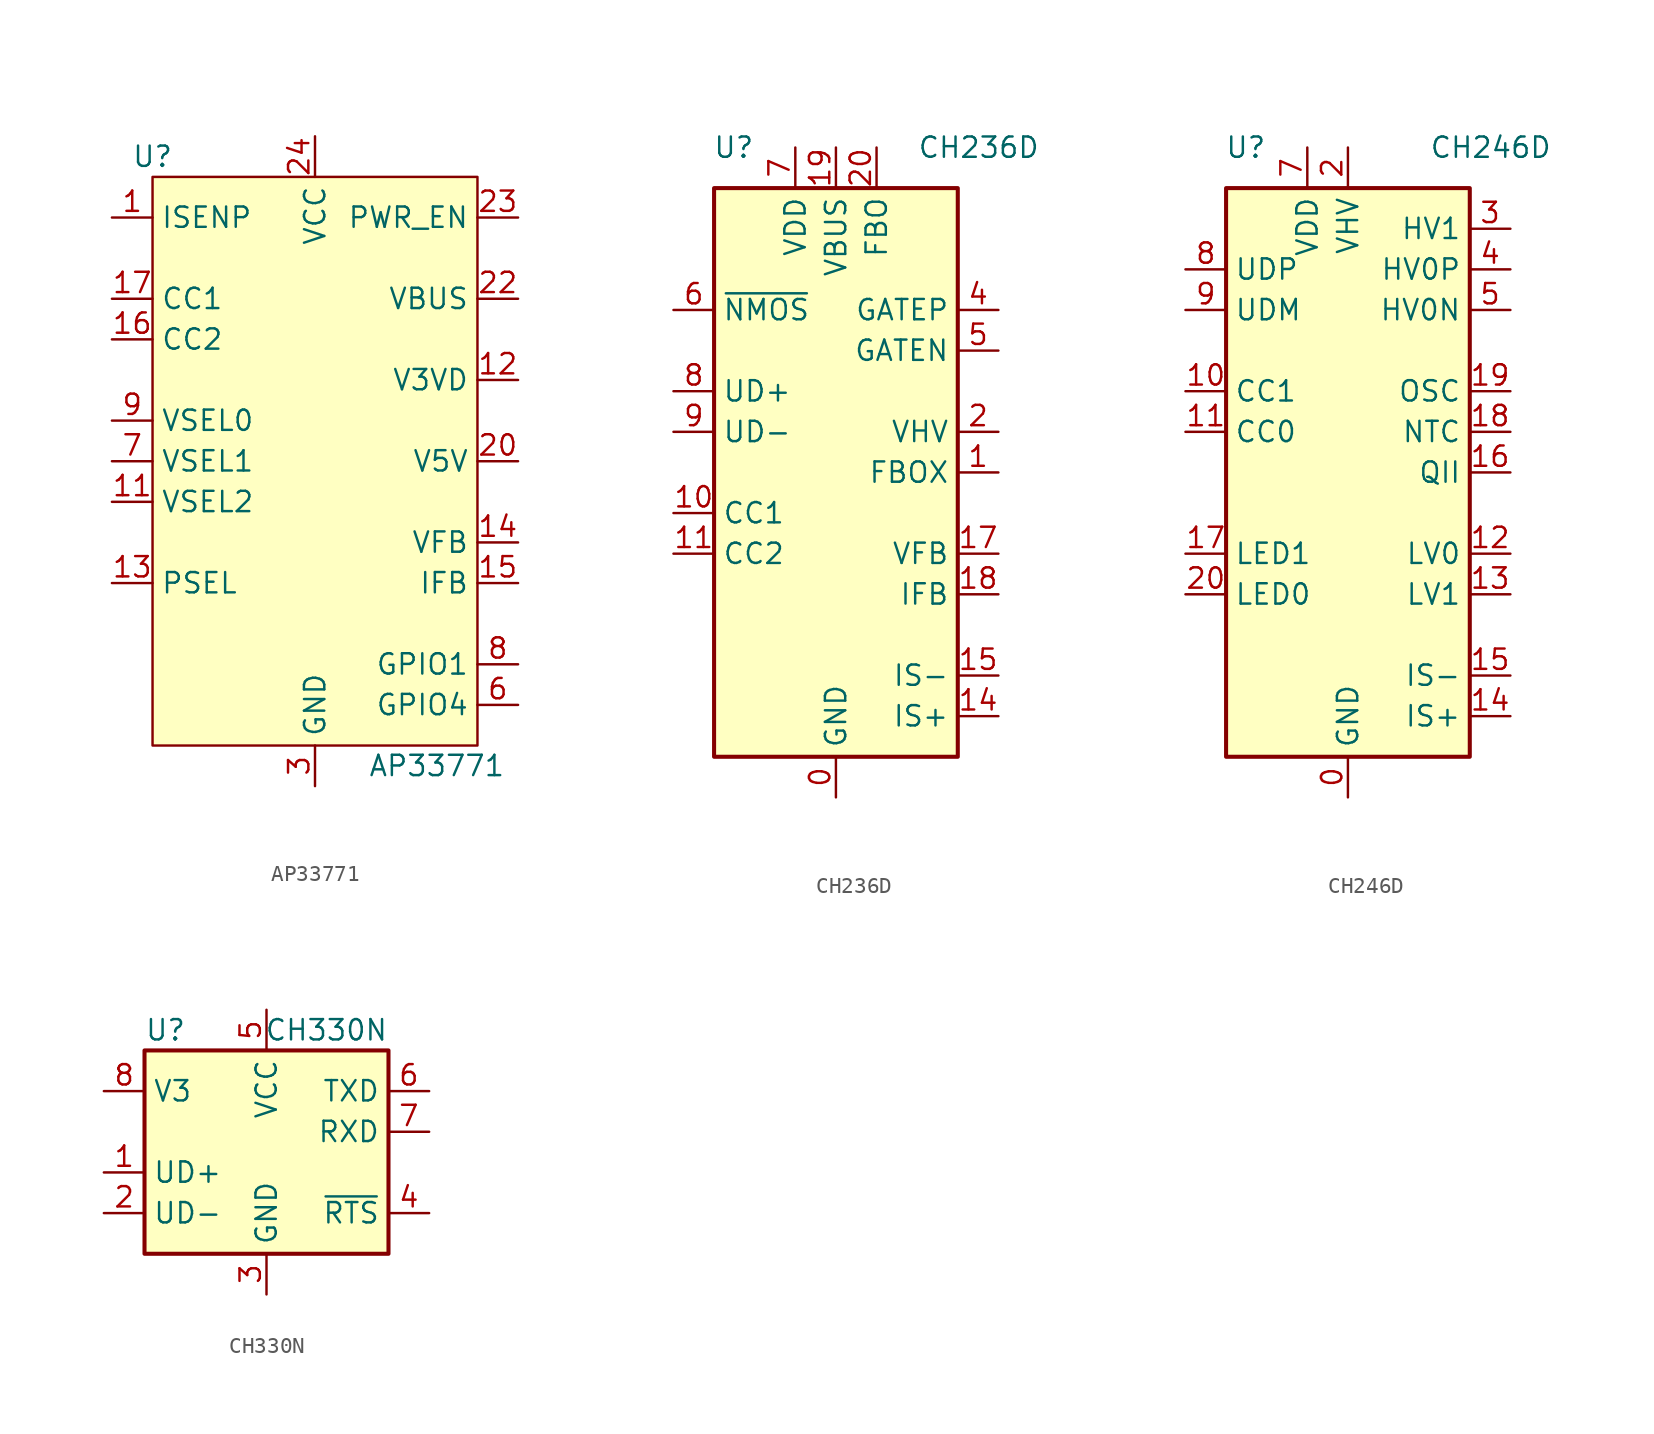
<source format=kicad_sym>
(kicad_symbol_lib
  (version 20241209)
  (generator "kicad_symbol_editor")
  (generator_version "9.0")
  (symbol "AP33771"
    (property "Reference" "U"
      (at -10.16 19.05 0)
      (effects (font (size 1.27 1.27))))
    (property "Value" "AP33771"
      (at 7.62 -19.05 0)
      (effects (font (size 1.27 1.27))))
    (symbol "AP33771_1_1"
      (rectangle (start -10.16 17.78) (end 10.16 -17.78) (stroke (width 0) (type default)) (fill (type background)))
      (pin bidirectional line (at -12.7 15.24 0) (length 2.54) (name "ISENP" (effects (font (size 1.27 1.27)))) (number "1" (effects (font (size 1.27 1.27)))))
      (pin bidirectional line (at -12.7 10.16 0) (length 2.54) (name "CC1" (effects (font (size 1.27 1.27)))) (number "17" (effects (font (size 1.27 1.27)))))
      (pin bidirectional line (at -12.7 7.62 0) (length 2.54) (name "CC2" (effects (font (size 1.27 1.27)))) (number "16" (effects (font (size 1.27 1.27)))))
      (pin bidirectional line (at -12.7 2.54 0) (length 2.54) (name "VSEL0" (effects (font (size 1.27 1.27)))) (number "9" (effects (font (size 1.27 1.27)))))
      (pin bidirectional line (at -12.7 0 0) (length 2.54) (name "VSEL1" (effects (font (size 1.27 1.27)))) (number "7" (effects (font (size 1.27 1.27)))))
      (pin bidirectional line (at -12.7 -2.54 0) (length 2.54) (name "VSEL2" (effects (font (size 1.27 1.27)))) (number "11" (effects (font (size 1.27 1.27)))))
      (pin bidirectional line (at -12.7 -7.62 0) (length 2.54) (name "PSEL" (effects (font (size 1.27 1.27)))) (number "13" (effects (font (size 1.27 1.27)))))
      (pin no_connect line (at -10.16 -10.16 0) (length 2.54) (hide yes) (name "NC" (effects (font (size 1.27 1.27)))) (number "2" (effects (font (size 1.27 1.27)))))
      (pin no_connect line (at -10.16 -12.7 0) (length 2.54) (hide yes) (name "NC" (effects (font (size 1.27 1.27)))) (number "5" (effects (font (size 1.27 1.27)))))
      (pin no_connect line (at -10.16 -15.24 0) (length 2.54) (hide yes) (name "NC" (effects (font (size 1.27 1.27)))) (number "18" (effects (font (size 1.27 1.27)))))
      (pin no_connect line (at -10.16 -17.78 0) (length 2.54) (hide yes) (name "NC" (effects (font (size 1.27 1.27)))) (number "21" (effects (font (size 1.27 1.27)))))
      (pin no_connect line (at -7.62 -10.16 0) (length 2.54) (hide yes) (name "NC" (effects (font (size 1.27 1.27)))) (number "4" (effects (font (size 1.27 1.27)))))
      (pin no_connect line (at -7.62 -12.7 0) (length 2.54) (hide yes) (name "NC" (effects (font (size 1.27 1.27)))) (number "10" (effects (font (size 1.27 1.27)))))
      (pin no_connect line (at -7.62 -15.24 0) (length 2.54) (hide yes) (name "NC" (effects (font (size 1.27 1.27)))) (number "19" (effects (font (size 1.27 1.27)))))
      (pin power_in line (at 0 20.32 270) (length 2.54) (name "VCC" (effects (font (size 1.27 1.27)))) (number "24" (effects (font (size 1.27 1.27)))))
      (pin passive line (at 0 -20.32 90) (length 2.54) (hide yes) (name "GND" (effects (font (size 1.27 1.27)))) (number "25" (effects (font (size 1.27 1.27)))))
      (pin power_in line (at 0 -20.32 90) (length 2.54) (name "GND" (effects (font (size 1.27 1.27)))) (number "3" (effects (font (size 1.27 1.27)))))
      (pin power_in line (at 12.7 15.24 180) (length 2.54) (name "PWR_EN" (effects (font (size 1.27 1.27)))) (number "23" (effects (font (size 1.27 1.27)))))
      (pin power_in line (at 12.7 10.16 180) (length 2.54) (name "VBUS" (effects (font (size 1.27 1.27)))) (number "22" (effects (font (size 1.27 1.27)))))
      (pin power_out line (at 12.7 5.08 180) (length 2.54) (name "V3VD" (effects (font (size 1.27 1.27)))) (number "12" (effects (font (size 1.27 1.27)))))
      (pin power_out line (at 12.7 0 180) (length 2.54) (name "V5V" (effects (font (size 1.27 1.27)))) (number "20" (effects (font (size 1.27 1.27)))))
      (pin input line (at 12.7 -5.08 180) (length 2.54) (name "VFB" (effects (font (size 1.27 1.27)))) (number "14" (effects (font (size 1.27 1.27)))))
      (pin input line (at 12.7 -7.62 180) (length 2.54) (name "IFB" (effects (font (size 1.27 1.27)))) (number "15" (effects (font (size 1.27 1.27)))))
      (pin bidirectional line (at 12.7 -12.7 180) (length 2.54) (name "GPIO1" (effects (font (size 1.27 1.27)))) (number "8" (effects (font (size 1.27 1.27)))))
      (pin bidirectional line (at 12.7 -15.24 180) (length 2.54) (name "GPIO4" (effects (font (size 1.27 1.27)))) (number "6" (effects (font (size 1.27 1.27)))))))
  (symbol "CH236D"
    (property "Reference" "U"
      (at -5.08 20.32 0)
      (effects (font (size 1.27 1.27)) (justify right)))
    (property "Value" "CH236D"
      (at 5.08 20.32 0)
      (effects (font (size 1.27 1.27)) (justify left)))
    (symbol "CH236D_0_1"
      (rectangle (start -7.62 17.78) (end 7.62 -17.78) (stroke (width 0.254) (type default)) (fill (type background))))
    (symbol "CH236D_1_1"
      (pin input line (at -10.16 10.16 0) (length 2.54) (name "~{NMOS}" (effects (font (size 1.27 1.27)))) (number "6" (effects (font (size 1.27 1.27)))))
      (pin bidirectional line (at -10.16 5.08 0) (length 2.54) (name "UD+" (effects (font (size 1.27 1.27)))) (number "8" (effects (font (size 1.27 1.27)))))
      (pin bidirectional line (at -10.16 2.54 0) (length 2.54) (name "UD-" (effects (font (size 1.27 1.27)))) (number "9" (effects (font (size 1.27 1.27)))))
      (pin bidirectional line (at -10.16 -2.54 0) (length 2.54) (name "CC1" (effects (font (size 1.27 1.27)))) (number "10" (effects (font (size 1.27 1.27)))))
      (pin bidirectional line (at -10.16 -5.08 0) (length 2.54) (name "CC2" (effects (font (size 1.27 1.27)))) (number "11" (effects (font (size 1.27 1.27)))))
      (pin no_connect line (at -7.62 -7.62 0) (length 2.54) (hide yes) (name "NC" (effects (font (size 1.27 1.27)))) (number "3" (effects (font (size 1.27 1.27)))))
      (pin no_connect line (at -7.62 -10.16 0) (length 2.54) (hide yes) (name "NC" (effects (font (size 1.27 1.27)))) (number "12" (effects (font (size 1.27 1.27)))))
      (pin no_connect line (at -7.62 -12.7 0) (length 2.54) (hide yes) (name "NC" (effects (font (size 1.27 1.27)))) (number "13" (effects (font (size 1.27 1.27)))))
      (pin no_connect line (at -7.62 -15.24 0) (length 2.54) (hide yes) (name "NC" (effects (font (size 1.27 1.27)))) (number "16" (effects (font (size 1.27 1.27)))))
      (pin power_in line (at -2.54 20.32 270) (length 2.54) (name "VDD" (effects (font (size 1.27 1.27)))) (number "7" (effects (font (size 1.27 1.27)))))
      (pin power_in line (at 0 20.32 270) (length 2.54) (name "VBUS" (effects (font (size 1.27 1.27)))) (number "19" (effects (font (size 1.27 1.27)))))
      (pin power_in line (at 0 -20.32 90) (length 2.54) (name "GND" (effects (font (size 1.27 1.27)))) (number "0" (effects (font (size 1.27 1.27)))))
      (pin power_out line (at 2.54 20.32 270) (length 2.54) (name "FBO" (effects (font (size 1.27 1.27)))) (number "20" (effects (font (size 1.27 1.27)))))
      (pin output line (at 10.16 10.16 180) (length 2.54) (name "GATEP" (effects (font (size 1.27 1.27)))) (number "4" (effects (font (size 1.27 1.27)))))
      (pin output line (at 10.16 7.62 180) (length 2.54) (name "GATEN" (effects (font (size 1.27 1.27)))) (number "5" (effects (font (size 1.27 1.27)))))
      (pin passive line (at 10.16 2.54 180) (length 2.54) (name "VHV" (effects (font (size 1.27 1.27)))) (number "2" (effects (font (size 1.27 1.27)))))
      (pin passive line (at 10.16 0 180) (length 2.54) (name "FBOX" (effects (font (size 1.27 1.27)))) (number "1" (effects (font (size 1.27 1.27)))))
      (pin passive line (at 10.16 -5.08 180) (length 2.54) (name "VFB" (effects (font (size 1.27 1.27)))) (number "17" (effects (font (size 1.27 1.27)))))
      (pin passive line (at 10.16 -7.62 180) (length 2.54) (name "IFB" (effects (font (size 1.27 1.27)))) (number "18" (effects (font (size 1.27 1.27)))))
      (pin passive line (at 10.16 -12.7 180) (length 2.54) (name "IS-" (effects (font (size 1.27 1.27)))) (number "15" (effects (font (size 1.27 1.27)))))
      (pin passive line (at 10.16 -15.24 180) (length 2.54) (name "IS+" (effects (font (size 1.27 1.27)))) (number "14" (effects (font (size 1.27 1.27)))))))
  (symbol "CH246D"
    (property "Reference" "U"
      (at -5.08 20.32 0)
      (effects (font (size 1.27 1.27)) (justify right)))
    (property "Value" "CH246D"
      (at 5.08 20.32 0)
      (effects (font (size 1.27 1.27)) (justify left)))
    (symbol "CH246D_0_1"
      (rectangle (start -7.62 17.78) (end 7.62 -17.78) (stroke (width 0.254) (type default)) (fill (type background))))
    (symbol "CH246D_1_1"
      (pin bidirectional line (at -10.16 12.7 0) (length 2.54) (name "UDP" (effects (font (size 1.27 1.27)))) (number "8" (effects (font (size 1.27 1.27)))))
      (pin bidirectional line (at -10.16 10.16 0) (length 2.54) (name "UDM" (effects (font (size 1.27 1.27)))) (number "9" (effects (font (size 1.27 1.27)))))
      (pin bidirectional line (at -10.16 5.08 0) (length 2.54) (name "CC1" (effects (font (size 1.27 1.27)))) (number "10" (effects (font (size 1.27 1.27)))))
      (pin bidirectional line (at -10.16 2.54 0) (length 2.54) (name "CC0" (effects (font (size 1.27 1.27)))) (number "11" (effects (font (size 1.27 1.27)))))
      (pin open_emitter line (at -10.16 -5.08 0) (length 2.54) (name "LED1" (effects (font (size 1.27 1.27)))) (number "17" (effects (font (size 1.27 1.27)))))
      (pin output line (at -10.16 -7.62 0) (length 2.54) (name "LED0" (effects (font (size 1.27 1.27)))) (number "20" (effects (font (size 1.27 1.27)))))
      (pin no_connect line (at -7.62 -12.7 0) (length 2.54) (hide yes) (name "NC" (effects (font (size 1.27 1.27)))) (number "1" (effects (font (size 1.27 1.27)))))
      (pin no_connect line (at -7.62 -15.24 0) (length 2.54) (hide yes) (name "NC" (effects (font (size 1.27 1.27)))) (number "6" (effects (font (size 1.27 1.27)))))
      (pin power_in line (at -2.54 20.32 270) (length 2.54) (name "VDD" (effects (font (size 1.27 1.27)))) (number "7" (effects (font (size 1.27 1.27)))))
      (pin power_in line (at 0 20.32 270) (length 2.54) (name "VHV" (effects (font (size 1.27 1.27)))) (number "2" (effects (font (size 1.27 1.27)))))
      (pin power_in line (at 0 -20.32 90) (length 2.54) (name "GND" (effects (font (size 1.27 1.27)))) (number "0" (effects (font (size 1.27 1.27)))))
      (pin output line (at 10.16 15.24 180) (length 2.54) (name "HV1" (effects (font (size 1.27 1.27)))) (number "3" (effects (font (size 1.27 1.27)))))
      (pin output line (at 10.16 12.7 180) (length 2.54) (name "HV0P" (effects (font (size 1.27 1.27)))) (number "4" (effects (font (size 1.27 1.27)))))
      (pin output line (at 10.16 10.16 180) (length 2.54) (name "HV0N" (effects (font (size 1.27 1.27)))) (number "5" (effects (font (size 1.27 1.27)))))
      (pin input line (at 10.16 5.08 180) (length 2.54) (name "OSC" (effects (font (size 1.27 1.27)))) (number "19" (effects (font (size 1.27 1.27)))))
      (pin input line (at 10.16 2.54 180) (length 2.54) (name "NTC" (effects (font (size 1.27 1.27)))) (number "18" (effects (font (size 1.27 1.27)))))
      (pin input line (at 10.16 0 180) (length 2.54) (name "QII" (effects (font (size 1.27 1.27)))) (number "16" (effects (font (size 1.27 1.27)))))
      (pin output line (at 10.16 -5.08 180) (length 2.54) (name "LV0" (effects (font (size 1.27 1.27)))) (number "12" (effects (font (size 1.27 1.27)))))
      (pin output line (at 10.16 -7.62 180) (length 2.54) (name "LV1" (effects (font (size 1.27 1.27)))) (number "13" (effects (font (size 1.27 1.27)))))
      (pin passive line (at 10.16 -12.7 180) (length 2.54) (name "IS-" (effects (font (size 1.27 1.27)))) (number "15" (effects (font (size 1.27 1.27)))))
      (pin passive line (at 10.16 -15.24 180) (length 2.54) (name "IS+" (effects (font (size 1.27 1.27)))) (number "14" (effects (font (size 1.27 1.27)))))))
  (symbol "CH330N"
    (property "Reference" "U"
      (at -7.62 6.35 0)
      (effects (font (size 1.27 1.27)) (justify left)))
    (property "Value" "CH330N"
      (at 7.62 6.35 0)
      (effects (font (size 1.27 1.27)) (justify right)))
    (symbol "CH330N_0_1"
      (rectangle (start -7.62 5.08) (end 7.62 -7.62) (stroke (width 0.254) (type default)) (fill (type background))))
    (symbol "CH330N_1_1"
      (pin passive line (at -10.16 2.54 0) (length 2.54) (name "V3" (effects (font (size 1.27 1.27)))) (number "8" (effects (font (size 1.27 1.27)))))
      (pin bidirectional line (at -10.16 -2.54 0) (length 2.54) (name "UD+" (effects (font (size 1.27 1.27)))) (number "1" (effects (font (size 1.27 1.27)))))
      (pin bidirectional line (at -10.16 -5.08 0) (length 2.54) (name "UD-" (effects (font (size 1.27 1.27)))) (number "2" (effects (font (size 1.27 1.27)))))
      (pin power_in line (at 0 7.62 270) (length 2.54) (name "VCC" (effects (font (size 1.27 1.27)))) (number "5" (effects (font (size 1.27 1.27)))))
      (pin power_in line (at 0 -10.16 90) (length 2.54) (name "GND" (effects (font (size 1.27 1.27)))) (number "3" (effects (font (size 1.27 1.27)))))
      (pin output line (at 10.16 2.54 180) (length 2.54) (name "TXD" (effects (font (size 1.27 1.27)))) (number "6" (effects (font (size 1.27 1.27)))))
      (pin input line (at 10.16 0 180) (length 2.54) (name "RXD" (effects (font (size 1.27 1.27)))) (number "7" (effects (font (size 1.27 1.27)))))
      (pin output line (at 10.16 -5.08 180) (length 2.54) (name "~{RTS}" (effects (font (size 1.27 1.27)))) (number "4" (effects (font (size 1.27 1.27))))))))
</source>
